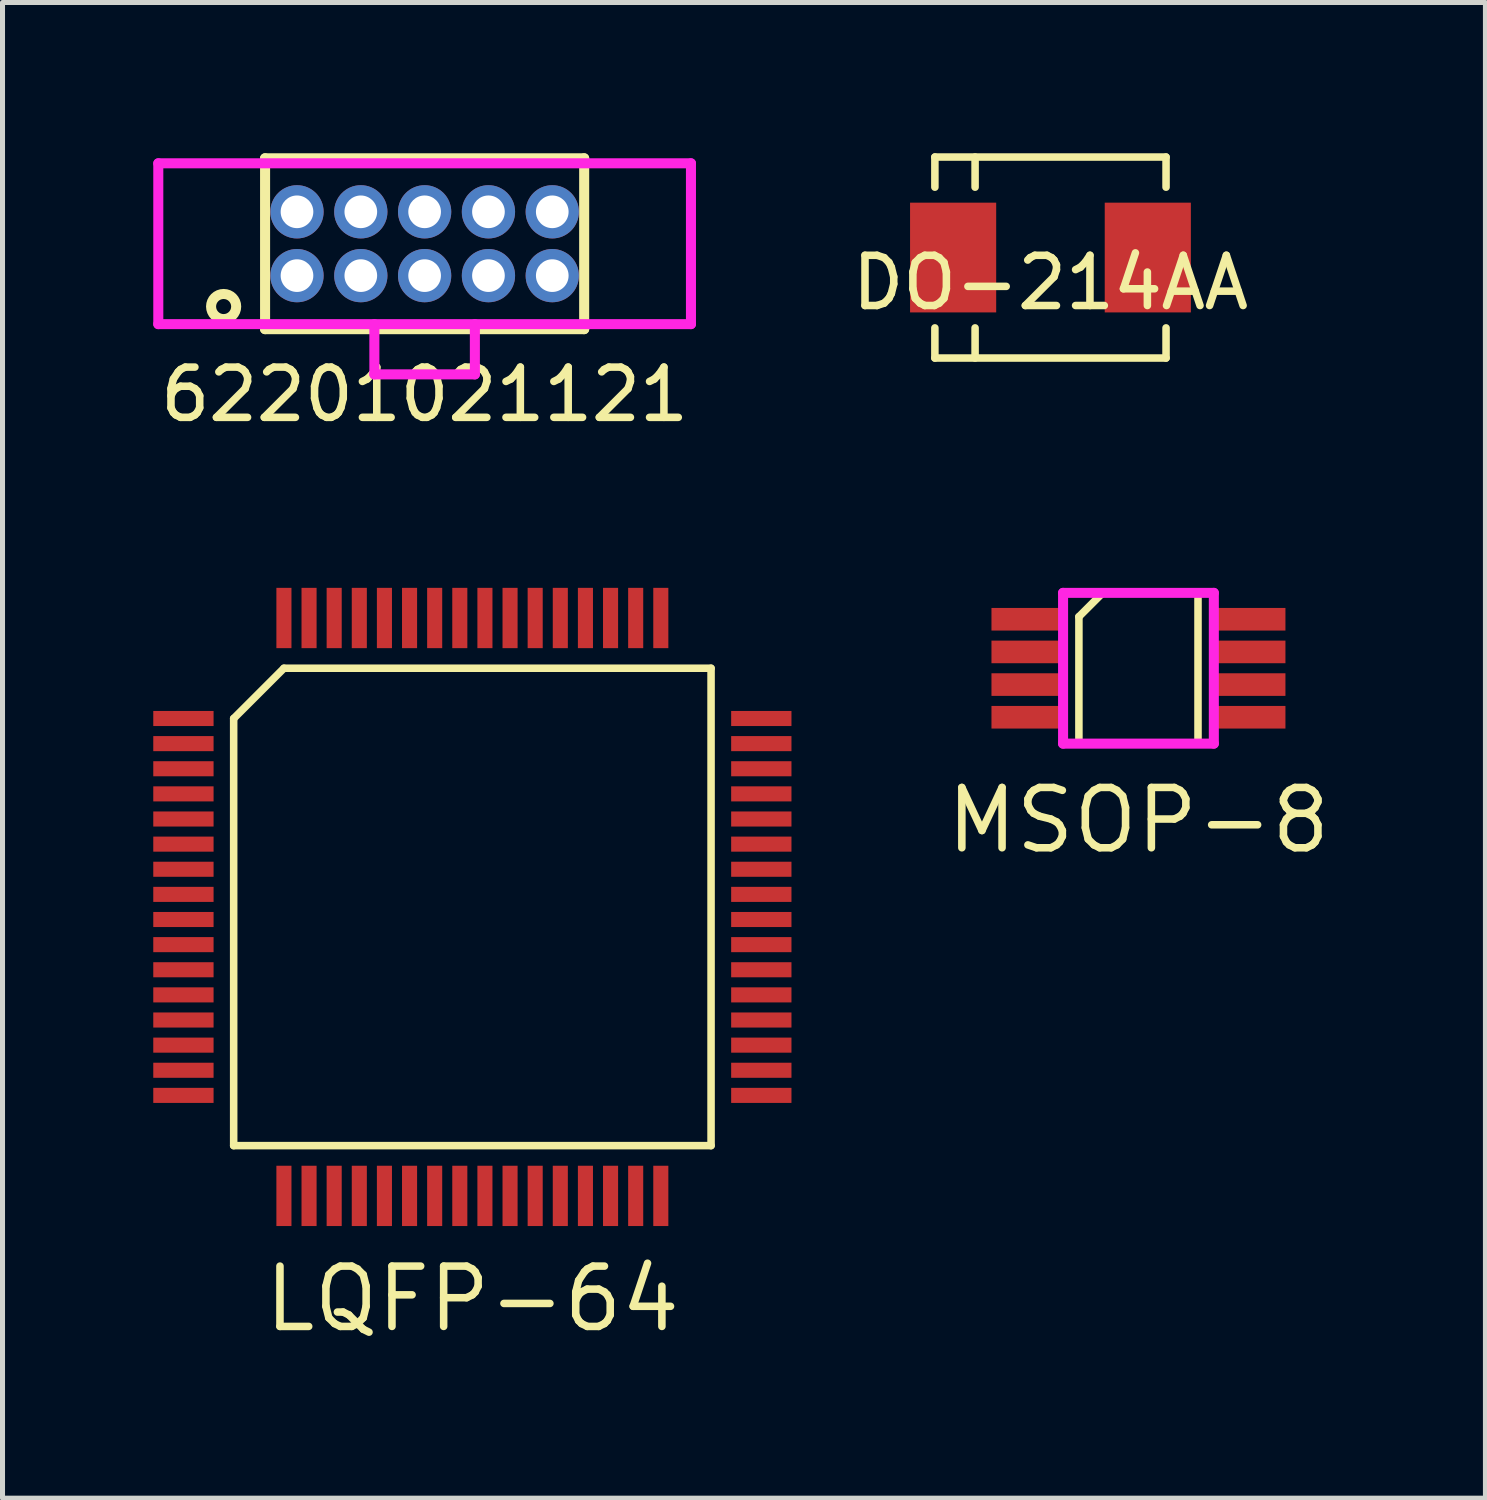
<source format=kicad_pcb>
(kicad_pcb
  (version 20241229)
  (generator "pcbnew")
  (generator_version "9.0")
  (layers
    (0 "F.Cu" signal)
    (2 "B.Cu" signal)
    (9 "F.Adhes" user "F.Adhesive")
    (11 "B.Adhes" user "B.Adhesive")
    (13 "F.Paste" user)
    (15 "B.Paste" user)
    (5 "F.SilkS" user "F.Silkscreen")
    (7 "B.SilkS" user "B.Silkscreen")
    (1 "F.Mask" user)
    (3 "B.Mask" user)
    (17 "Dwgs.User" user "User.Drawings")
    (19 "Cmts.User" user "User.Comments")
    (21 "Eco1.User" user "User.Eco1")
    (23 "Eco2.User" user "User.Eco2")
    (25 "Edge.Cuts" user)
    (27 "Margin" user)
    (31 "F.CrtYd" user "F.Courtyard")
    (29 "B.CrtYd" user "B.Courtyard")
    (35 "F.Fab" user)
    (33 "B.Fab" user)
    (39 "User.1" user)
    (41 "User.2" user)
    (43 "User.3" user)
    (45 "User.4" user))
  (footprint "LQFP-64"
    (layer "F.Cu")
    (at 6.35 14.998)
    (property "Reference" "LQFP-64" (at 0 7.8 0) (layer "F.SilkS") (effects (font (size 1.2 1.2) (thickness 0.15))))
    (attr through_hole)
    (fp_line (start -4.75 -3.75) (end -4.75 4.75) (stroke (width 0.15) (type solid)) (layer "F.SilkS"))
    (fp_line (start -4.75 4.75) (end 4.75 4.75) (stroke (width 0.15) (type solid)) (layer "F.SilkS"))
    (fp_line (start -3.75 -4.75) (end -4.75 -3.75) (stroke (width 0.15) (type solid)) (layer "F.SilkS"))
    (fp_line (start 4.75 -4.75) (end -3.75 -4.75) (stroke (width 0.15) (type solid)) (layer "F.SilkS"))
    (fp_line (start 4.75 4.75) (end 4.75 -4.75) (stroke (width 0.15) (type solid)) (layer "F.SilkS"))
    (pad "1" smd rect (at -5.75 -3.75) (size 1.2 0.3) (layers "F.Cu" "F.Mask" "F.Paste"))
    (pad "2" smd rect (at -5.75 -3.25) (size 1.2 0.3) (layers "F.Cu" "F.Mask" "F.Paste"))
    (pad "3" smd rect (at -5.75 -2.75) (size 1.2 0.3) (layers "F.Cu" "F.Mask" "F.Paste"))
    (pad "4" smd rect (at -5.75 -2.25) (size 1.2 0.3) (layers "F.Cu" "F.Mask" "F.Paste"))
    (pad "5" smd rect (at -5.75 -1.75) (size 1.2 0.3) (layers "F.Cu" "F.Mask" "F.Paste"))
    (pad "6" smd rect (at -5.75 -1.25) (size 1.2 0.3) (layers "F.Cu" "F.Mask" "F.Paste"))
    (pad "7" smd rect (at -5.75 -0.75) (size 1.2 0.3) (layers "F.Cu" "F.Mask" "F.Paste"))
    (pad "8" smd rect (at -5.75 -0.25) (size 1.2 0.3) (layers "F.Cu" "F.Mask" "F.Paste"))
    (pad "9" smd rect (at -5.75 0.25) (size 1.2 0.3) (layers "F.Cu" "F.Mask" "F.Paste"))
    (pad "10" smd rect (at -5.75 0.75) (size 1.2 0.3) (layers "F.Cu" "F.Mask" "F.Paste"))
    (pad "11" smd rect (at -5.75 1.25) (size 1.2 0.3) (layers "F.Cu" "F.Mask" "F.Paste"))
    (pad "12" smd rect (at -5.75 1.75) (size 1.2 0.3) (layers "F.Cu" "F.Mask" "F.Paste"))
    (pad "13" smd rect (at -5.75 2.25) (size 1.2 0.3) (layers "F.Cu" "F.Mask" "F.Paste"))
    (pad "14" smd rect (at -5.75 2.75) (size 1.2 0.3) (layers "F.Cu" "F.Mask" "F.Paste"))
    (pad "15" smd rect (at -5.75 3.25) (size 1.2 0.3) (layers "F.Cu" "F.Mask" "F.Paste"))
    (pad "16" smd rect (at -5.75 3.75) (size 1.2 0.3) (layers "F.Cu" "F.Mask" "F.Paste"))
    (pad "17" smd rect (at -3.75 5.75) (size 0.3 1.2) (layers "F.Cu" "F.Mask" "F.Paste"))
    (pad "18" smd rect (at -3.25 5.75) (size 0.3 1.2) (layers "F.Cu" "F.Mask" "F.Paste"))
    (pad "19" smd rect (at -2.75 5.75) (size 0.3 1.2) (layers "F.Cu" "F.Mask" "F.Paste"))
    (pad "20" smd rect (at -2.25 5.75) (size 0.3 1.2) (layers "F.Cu" "F.Mask" "F.Paste"))
    (pad "21" smd rect (at -1.75 5.75) (size 0.3 1.2) (layers "F.Cu" "F.Mask" "F.Paste"))
    (pad "22" smd rect (at -1.25 5.75) (size 0.3 1.2) (layers "F.Cu" "F.Mask" "F.Paste"))
    (pad "23" smd rect (at -0.75 5.75) (size 0.3 1.2) (layers "F.Cu" "F.Mask" "F.Paste"))
    (pad "24" smd rect (at -0.25 5.75) (size 0.3 1.2) (layers "F.Cu" "F.Mask" "F.Paste"))
    (pad "25" smd rect (at 0.25 5.75) (size 0.3 1.2) (layers "F.Cu" "F.Mask" "F.Paste"))
    (pad "26" smd rect (at 0.75 5.75) (size 0.3 1.2) (layers "F.Cu" "F.Mask" "F.Paste"))
    (pad "27" smd rect (at 1.25 5.75) (size 0.3 1.2) (layers "F.Cu" "F.Mask" "F.Paste"))
    (pad "28" smd rect (at 1.75 5.75) (size 0.3 1.2) (layers "F.Cu" "F.Mask" "F.Paste"))
    (pad "29" smd rect (at 2.25 5.75) (size 0.3 1.2) (layers "F.Cu" "F.Mask" "F.Paste"))
    (pad "30" smd rect (at 2.75 5.75) (size 0.3 1.2) (layers "F.Cu" "F.Mask" "F.Paste"))
    (pad "31" smd rect (at 3.25 5.75) (size 0.3 1.2) (layers "F.Cu" "F.Mask" "F.Paste"))
    (pad "32" smd rect (at 3.75 5.75) (size 0.3 1.2) (layers "F.Cu" "F.Mask" "F.Paste"))
    (pad "33" smd rect (at 5.75 3.75) (size 1.2 0.3) (layers "F.Cu" "F.Mask" "F.Paste"))
    (pad "34" smd rect (at 5.75 3.25) (size 1.2 0.3) (layers "F.Cu" "F.Mask" "F.Paste"))
    (pad "35" smd rect (at 5.75 2.75) (size 1.2 0.3) (layers "F.Cu" "F.Mask" "F.Paste"))
    (pad "36" smd rect (at 5.75 2.25) (size 1.2 0.3) (layers "F.Cu" "F.Mask" "F.Paste"))
    (pad "37" smd rect (at 5.75 1.75) (size 1.2 0.3) (layers "F.Cu" "F.Mask" "F.Paste"))
    (pad "38" smd rect (at 5.75 1.25) (size 1.2 0.3) (layers "F.Cu" "F.Mask" "F.Paste"))
    (pad "39" smd rect (at 5.75 0.75) (size 1.2 0.3) (layers "F.Cu" "F.Mask" "F.Paste"))
    (pad "40" smd rect (at 5.75 0.25) (size 1.2 0.3) (layers "F.Cu" "F.Mask" "F.Paste"))
    (pad "41" smd rect (at 5.75 -0.25) (size 1.2 0.3) (layers "F.Cu" "F.Mask" "F.Paste"))
    (pad "42" smd rect (at 5.75 -0.75) (size 1.2 0.3) (layers "F.Cu" "F.Mask" "F.Paste"))
    (pad "43" smd rect (at 5.75 -1.25) (size 1.2 0.3) (layers "F.Cu" "F.Mask" "F.Paste"))
    (pad "44" smd rect (at 5.75 -1.75) (size 1.2 0.3) (layers "F.Cu" "F.Mask" "F.Paste"))
    (pad "45" smd rect (at 5.75 -2.25) (size 1.2 0.3) (layers "F.Cu" "F.Mask" "F.Paste"))
    (pad "46" smd rect (at 5.75 -2.75) (size 1.2 0.3) (layers "F.Cu" "F.Mask" "F.Paste"))
    (pad "47" smd rect (at 5.75 -3.25) (size 1.2 0.3) (layers "F.Cu" "F.Mask" "F.Paste"))
    (pad "48" smd rect (at 5.75 -3.75) (size 1.2 0.3) (layers "F.Cu" "F.Mask" "F.Paste"))
    (pad "49" smd rect (at 3.75 -5.75) (size 0.3 1.2) (layers "F.Cu" "F.Mask" "F.Paste"))
    (pad "50" smd rect (at 3.25 -5.75) (size 0.3 1.2) (layers "F.Cu" "F.Mask" "F.Paste"))
    (pad "51" smd rect (at 2.75 -5.75) (size 0.3 1.2) (layers "F.Cu" "F.Mask" "F.Paste"))
    (pad "52" smd rect (at 2.25 -5.75) (size 0.3 1.2) (layers "F.Cu" "F.Mask" "F.Paste"))
    (pad "53" smd rect (at 1.75 -5.75) (size 0.3 1.2) (layers "F.Cu" "F.Mask" "F.Paste"))
    (pad "54" smd rect (at 1.25 -5.75) (size 0.3 1.2) (layers "F.Cu" "F.Mask" "F.Paste"))
    (pad "55" smd rect (at 0.75 -5.75) (size 0.3 1.2) (layers "F.Cu" "F.Mask" "F.Paste"))
    (pad "56" smd rect (at 0.25 -5.75) (size 0.3 1.2) (layers "F.Cu" "F.Mask" "F.Paste"))
    (pad "57" smd rect (at -0.25 -5.75) (size 0.3 1.2) (layers "F.Cu" "F.Mask" "F.Paste"))
    (pad "58" smd rect (at -0.75 -5.75) (size 0.3 1.2) (layers "F.Cu" "F.Mask" "F.Paste"))
    (pad "59" smd rect (at -1.25 -5.75) (size 0.3 1.2) (layers "F.Cu" "F.Mask" "F.Paste"))
    (pad "60" smd rect (at -1.75 -5.75) (size 0.3 1.2) (layers "F.Cu" "F.Mask" "F.Paste"))
    (pad "61" smd rect (at -2.25 -5.75) (size 0.3 1.2) (layers "F.Cu" "F.Mask" "F.Paste"))
    (pad "62" smd rect (at -2.75 -5.75) (size 0.3 1.2) (layers "F.Cu" "F.Mask" "F.Paste"))
    (pad "63" smd rect (at -3.25 -5.75) (size 0.3 1.2) (layers "F.Cu" "F.Mask" "F.Paste"))
    (pad "64" smd rect (at -3.75 -5.75) (size 0.3 1.2) (layers "F.Cu" "F.Mask" "F.Paste")))
  (footprint "DO-214AA"
    (layer "F.Cu")
    (at 17.854 2.075)
    (property "Reference" "DO-214AA" (at 0 0.5 0) (layer "F.SilkS") (effects (font (size 1 1) (thickness 0.15))))
    (attr through_hole)
    (fp_line (start -2.3 -2) (end 2.3 -2) (stroke (width 0.15) (type solid)) (layer "F.SilkS"))
    (fp_line (start -2.3 -1.4) (end -2.3 -2) (stroke (width 0.15) (type solid)) (layer "F.SilkS"))
    (fp_line (start -2.3 1.4) (end -2.3 2) (stroke (width 0.15) (type solid)) (layer "F.SilkS"))
    (fp_line (start -2.3 2) (end 2.3 2) (stroke (width 0.15) (type solid)) (layer "F.SilkS"))
    (fp_line (start -1.5 -2) (end -1.5 -1.4) (stroke (width 0.15) (type solid)) (layer "F.SilkS"))
    (fp_line (start -1.5 2) (end -1.5 1.4) (stroke (width 0.15) (type solid)) (layer "F.SilkS"))
    (fp_line (start 2.3 -2) (end 2.3 -1.4) (stroke (width 0.15) (type solid)) (layer "F.SilkS"))
    (fp_line (start 2.3 2) (end 2.3 1.4) (stroke (width 0.15) (type solid)) (layer "F.SilkS"))
    (pad "1" smd rect (at -1.937 0) (size 1.714 2.184) (layers "F.Cu" "F.Mask" "F.Paste"))
    (pad "2" smd rect (at 1.937 0) (size 1.714 2.184) (layers "F.Cu" "F.Mask" "F.Paste")))
  (footprint "62201021121"
    (layer "F.Cu")
    (at 5.4 1.8)
    (property "Reference" "62201021121" (at 0 3 0) (layer "F.SilkS") (effects (font (size 1 1) (thickness 0.15))))
    (attr through_hole)
    (fp_line (start -3.175 -1.7) (end 3.175 -1.7) (stroke (width 0.2) (type solid)) (layer "F.SilkS"))
    (fp_line (start -3.175 1.7) (end -3.175 -1.7) (stroke (width 0.2) (type solid)) (layer "F.SilkS"))
    (fp_line (start -3.175 1.7) (end 3.175 1.7) (stroke (width 0.2) (type solid)) (layer "F.SilkS"))
    (fp_line (start 3.175 -1.7) (end 3.175 1.7) (stroke (width 0.2) (type solid)) (layer "F.SilkS"))
    (fp_circle (center -4 1.25) (end -3.75 1.25) (stroke (width 0.2) (type solid)) (fill no) (layer "F.SilkS"))
    (fp_line (start -5.3 -1.6) (end 5.3 -1.6) (stroke (width 0.2) (type solid)) (layer "F.CrtYd"))
    (fp_line (start -5.3 1.6) (end -5.3 -1.6) (stroke (width 0.2) (type solid)) (layer "F.CrtYd"))
    (fp_line (start -1 1.6) (end -1 2.6) (stroke (width 0.2) (type solid)) (layer "F.CrtYd"))
    (fp_line (start -1 2.6) (end 1 2.6) (stroke (width 0.2) (type solid)) (layer "F.CrtYd"))
    (fp_line (start 1 2.6) (end 1 1.6) (stroke (width 0.2) (type solid)) (layer "F.CrtYd"))
    (fp_line (start 5.3 -1.6) (end 5.3 1.6) (stroke (width 0.2) (type solid)) (layer "F.CrtYd"))
    (fp_line (start 5.3 1.6) (end -5.3 1.6) (stroke (width 0.2) (type solid)) (layer "F.CrtYd"))
    (pad "1" thru_hole circle (at -2.54 0.635) (size 1.06 1.06) (drill 0.65) (layers "*.Cu" "*.Mask"))
    (pad "2" thru_hole circle (at -2.54 -0.635) (size 1.06 1.06) (drill 0.65) (layers "*.Cu" "*.Mask"))
    (pad "3" thru_hole circle (at -1.27 0.635) (size 1.06 1.06) (drill 0.65) (layers "*.Cu" "*.Mask"))
    (pad "4" thru_hole circle (at -1.27 -0.635) (size 1.06 1.06) (drill 0.65) (layers "*.Cu" "*.Mask"))
    (pad "5" thru_hole circle (at 0 0.635) (size 1.06 1.06) (drill 0.65) (layers "*.Cu" "*.Mask"))
    (pad "6" thru_hole circle (at 0 -0.635) (size 1.06 1.06) (drill 0.65) (layers "*.Cu" "*.Mask"))
    (pad "7" thru_hole circle (at 1.27 0.635) (size 1.06 1.06) (drill 0.65) (layers "*.Cu" "*.Mask"))
    (pad "8" thru_hole circle (at 1.27 -0.635) (size 1.06 1.06) (drill 0.65) (layers "*.Cu" "*.Mask"))
    (pad "9" thru_hole circle (at 2.54 0.635) (size 1.06 1.06) (drill 0.65) (layers "*.Cu" "*.Mask"))
    (pad "10" thru_hole circle (at 2.54 -0.635) (size 1.06 1.06) (drill 0.65) (layers "*.Cu" "*.Mask")))
  (footprint "MSOP-8"
    (layer "F.Cu")
    (at 19.605 10.248)
    (property "Reference" "MSOP-8" (at 0 3.025 0) (layer "F.SilkS") (effects (font (size 1.2 1.2) (thickness 0.15))))
    (attr through_hole)
    (fp_line (start -1.185 -1.026) (end -1.185 1.5) (stroke (width 0.15) (type solid)) (layer "F.SilkS"))
    (fp_line (start -1.185 1.5) (end 1.185 1.5) (stroke (width 0.15) (type solid)) (layer "F.SilkS"))
    (fp_line (start -0.711 -1.5) (end -1.185 -1.026) (stroke (width 0.15) (type solid)) (layer "F.SilkS"))
    (fp_line (start 1.185 -1.5) (end -0.711 -1.5) (stroke (width 0.15) (type solid)) (layer "F.SilkS"))
    (fp_line (start 1.185 1.5) (end 1.185 -1.5) (stroke (width 0.15) (type solid)) (layer "F.SilkS"))
    (fp_line (start -1.5 -1.5) (end 1.5 -1.5) (stroke (width 0.2) (type solid)) (layer "F.CrtYd"))
    (fp_line (start -1.5 1.5) (end -1.5 -1.5) (stroke (width 0.2) (type solid)) (layer "F.CrtYd"))
    (fp_line (start 1.5 -1.5) (end 1.5 1.5) (stroke (width 0.2) (type solid)) (layer "F.CrtYd"))
    (fp_line (start 1.5 1.5) (end -1.5 1.5) (stroke (width 0.2) (type solid)) (layer "F.CrtYd"))
    (pad "1" smd rect (at -2.2 -0.975) (size 1.45 0.45) (layers "F.Cu" "F.Mask" "F.Paste"))
    (pad "2" smd rect (at -2.2 -0.325) (size 1.45 0.45) (layers "F.Cu" "F.Mask" "F.Paste"))
    (pad "3" smd rect (at -2.2 0.325) (size 1.45 0.45) (layers "F.Cu" "F.Mask" "F.Paste"))
    (pad "4" smd rect (at -2.2 0.975) (size 1.45 0.45) (layers "F.Cu" "F.Mask" "F.Paste"))
    (pad "5" smd rect (at 2.2 0.975) (size 1.45 0.45) (layers "F.Cu" "F.Mask" "F.Paste"))
    (pad "6" smd rect (at 2.2 0.325) (size 1.45 0.45) (layers "F.Cu" "F.Mask" "F.Paste"))
    (pad "7" smd rect (at 2.2 -0.325) (size 1.45 0.45) (layers "F.Cu" "F.Mask" "F.Paste"))
    (pad "8" smd rect (at 2.2 -0.975) (size 1.45 0.45) (layers "F.Cu" "F.Mask" "F.Paste")))
  (gr_rect
    (start -3 -3)
    (end 26.51 26.764)
    (stroke (width 0.1) (type default))
    (fill no)
    (layer "Edge.Cuts")))
</source>
